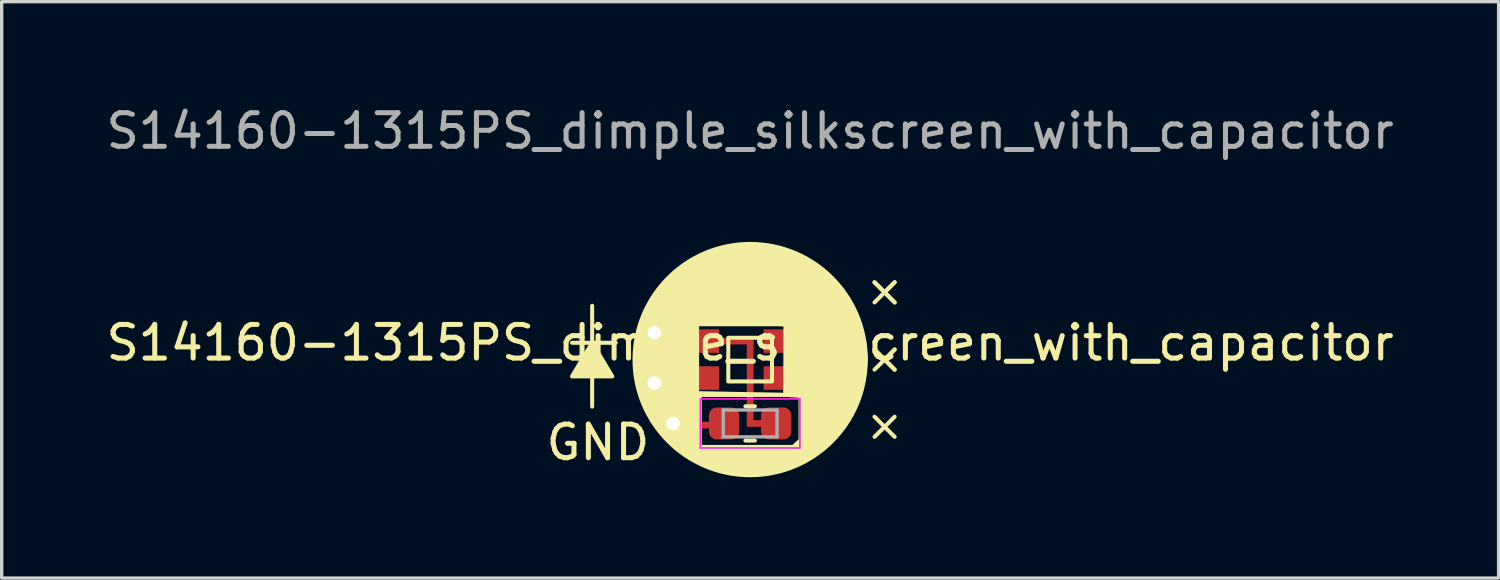
<source format=kicad_pcb>
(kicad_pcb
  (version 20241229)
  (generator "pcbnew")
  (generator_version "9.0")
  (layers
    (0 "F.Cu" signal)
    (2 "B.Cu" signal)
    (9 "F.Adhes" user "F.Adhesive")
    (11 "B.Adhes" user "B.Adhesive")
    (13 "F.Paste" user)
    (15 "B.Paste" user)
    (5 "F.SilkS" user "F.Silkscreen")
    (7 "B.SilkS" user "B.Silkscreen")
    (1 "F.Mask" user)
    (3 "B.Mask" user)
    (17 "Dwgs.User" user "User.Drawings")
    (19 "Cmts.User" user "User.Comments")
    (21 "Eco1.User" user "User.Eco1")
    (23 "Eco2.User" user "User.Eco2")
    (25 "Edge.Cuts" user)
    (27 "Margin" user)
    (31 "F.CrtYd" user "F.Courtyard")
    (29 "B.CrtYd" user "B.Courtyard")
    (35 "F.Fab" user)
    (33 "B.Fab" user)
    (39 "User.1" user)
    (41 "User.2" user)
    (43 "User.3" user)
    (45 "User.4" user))
  (footprint "S14160-1315PS_dimple_silkscreen_with_capacitor"
    (layer "F.Cu")
    (at 19.268 7.648)
    (property "Reference" "S14160-1315PS_dimple_silkscreen_with_capacitor" (at 0 -0.5 0) (unlocked yes) (layer "F.SilkS") (effects (font (size 1 1) (thickness 0.15))))
    (attr smd)
    (fp_line (start -5.3 -0.5) (end -4 -0.5) (stroke (width 0.12) (type solid)) (layer "F.SilkS"))
    (fp_line (start -4.7 -1.6) (end -4.7 1.4) (stroke (width 0.12) (type solid)) (layer "F.SilkS"))
    (fp_line (start -1.66 -2.62) (end -1.66 -1.15) (stroke (width 0.12) (type solid)) (layer "F.SilkS"))
    (fp_line (start -1.58 1.05) (end -1.58 -1.05) (stroke (width 0.12) (type solid)) (layer "F.SilkS"))
    (fp_line (start -1.58 1.05) (end 1.05 1.05) (stroke (width 0.12) (type solid)) (layer "F.SilkS"))
    (fp_line (start -0.141 1.39) (end 0.141 1.39) (stroke (width 0.12) (type solid)) (layer "F.SilkS"))
    (fp_line (start -0.141 2.41) (end 0.141 2.41) (stroke (width 0.12) (type solid)) (layer "F.SilkS"))
    (fp_line (start 1.05 -1.05) (end -1.58 -1.05) (stroke (width 0.12) (type solid)) (layer "F.SilkS"))
    (fp_line (start 1.05 -1.05) (end 1.05 1.05) (stroke (width 0.12) (type solid)) (layer "F.SilkS"))
    (fp_line (start 3.7 -2.3) (end 4 -2) (stroke (width 0.12) (type solid)) (layer "F.SilkS"))
    (fp_line (start 3.7 -0.3) (end 4 0) (stroke (width 0.12) (type solid)) (layer "F.SilkS"))
    (fp_line (start 4 -2) (end 3.7 -2.3) (stroke (width 0.12) (type solid)) (layer "F.SilkS"))
    (fp_line (start 4 -2) (end 3.7 -1.7) (stroke (width 0.12) (type solid)) (layer "F.SilkS"))
    (fp_line (start 4 -2) (end 4.3 -2.3) (stroke (width 0.12) (type solid)) (layer "F.SilkS"))
    (fp_line (start 4 -2) (end 4.3 -1.7) (stroke (width 0.12) (type solid)) (layer "F.SilkS"))
    (fp_line (start 4 0) (end 3.7 -0.3) (stroke (width 0.12) (type solid)) (layer "F.SilkS"))
    (fp_line (start 4 0) (end 3.7 0.3) (stroke (width 0.12) (type solid)) (layer "F.SilkS"))
    (fp_line (start 4 0) (end 4.3 -0.3) (stroke (width 0.12) (type solid)) (layer "F.SilkS"))
    (fp_line (start 4 0) (end 4.3 0.3) (stroke (width 0.12) (type solid)) (layer "F.SilkS"))
    (fp_line (start 4 2) (end 3.7 1.7) (stroke (width 0.12) (type solid)) (layer "F.SilkS"))
    (fp_line (start 4 2) (end 3.7 2.3) (stroke (width 0.12) (type solid)) (layer "F.SilkS"))
    (fp_line (start 4 2) (end 4.3 1.7) (stroke (width 0.12) (type solid)) (layer "F.SilkS"))
    (fp_line (start 4 2) (end 4.3 2.3) (stroke (width 0.12) (type solid)) (layer "F.SilkS"))
    (fp_line (start 4.3 -2.3) (end 4 -2) (stroke (width 0.12) (type solid)) (layer "F.SilkS"))
    (fp_line (start 4.3 -1.7) (end 4 -2) (stroke (width 0.12) (type solid)) (layer "F.SilkS"))
    (fp_line (start 4.3 -0.3) (end 4 0) (stroke (width 0.12) (type solid)) (layer "F.SilkS"))
    (fp_line (start 4.3 0.3) (end 4 0) (stroke (width 0.12) (type solid)) (layer "F.SilkS"))
    (fp_rect (start -0.65 -0.65) (end 0.65 0.65) (stroke (width 0.12) (type solid)) (fill no) (layer "F.SilkS"))
    (fp_circle (center 0 0) (end 3.44 0) (stroke (width 0.12) (type solid)) (fill no) (layer "F.SilkS"))
    (fp_poly (pts (xy -4.7 -0.5) (xy -5.3 0.5) (xy -4.1 0.5)) (stroke (width 0.12) (type solid)) (fill yes) (layer "F.SilkS"))
    (fp_poly (pts (xy -1.5 2.6) (xy 1.6 2.6) (xy 0.4 3.4) (xy -0.4 3.4)) (stroke (width 0.12) (type solid)) (fill yes) (layer "F.SilkS"))
    (fp_poly (pts (xy 1.05 1.05) (xy 1.8 1.1) (xy 1.7 -1.2) (xy 1.1 -2.7)) (stroke (width 0.12) (type solid)) (fill yes) (layer "F.SilkS"))
    (fp_poly (pts (xy 1.1 -3.2) (xy 1.05 -1.05) (xy -1.66 -1.15) (xy -1.58 -3) (xy -1.1 -3.2) (xy -0.4 -3.4) (xy 0.2 -3.4)) (stroke (width 0.12) (type solid)) (fill yes) (layer "F.SilkS"))
    (fp_poly (pts (xy -1.58 1.05) (xy 1.05 1.05) (xy -1.5 1) (xy -1.5 2.6) (xy -0.4 3.4) (xy -1.2 3.2) (xy -1.6 3) (xy -1.9 2.8) (xy -2.4 2.4) (xy -2.8 1.9) (xy -3.2 1.2) (xy -3.4 0.4) (xy -3.4 -0.2) (xy -3.2 -1.2) (xy -2.8 -1.9) (xy -2.3 -2.5) (xy -1.58 -3)) (stroke (width 0.12) (type solid)) (fill yes) (layer "F.SilkS"))
    (fp_poly (pts (xy 1.6 -3) (xy 2.1 -2.7) (xy 2.5 -2.3) (xy 2.9 -1.8) (xy 3.1 -1.4) (xy 3.2 -1.2) (xy 3.4 -0.5) (xy 3.44 0) (xy 3.375 0.6) (xy 3.2 1.2) (xy 2.8 1.9) (xy 2.2 2.6) (xy 1.6 3) (xy 1.2 3.2) (xy 0.4 3.4) (xy 1.5 2.4) (xy 1.5 1) (xy 1.1 -3.2)) (stroke (width 0.12) (type solid)) (fill yes) (layer "F.SilkS"))
    (fp_line (start -1.48 1.17) (end 1.48 1.17) (stroke (width 0.05) (type solid)) (layer "F.CrtYd"))
    (fp_line (start -1.48 2.63) (end -1.48 1.17) (stroke (width 0.05) (type solid)) (layer "F.CrtYd"))
    (fp_line (start 1.48 1.17) (end 1.48 2.63) (stroke (width 0.05) (type solid)) (layer "F.CrtYd"))
    (fp_line (start 1.48 2.63) (end -1.48 2.63) (stroke (width 0.05) (type solid)) (layer "F.CrtYd"))
    (fp_line (start -0.8 1.5) (end 0.8 1.5) (stroke (width 0.1) (type solid)) (layer "F.Fab"))
    (fp_line (start -0.8 2.3) (end -0.8 1.5) (stroke (width 0.1) (type solid)) (layer "F.Fab"))
    (fp_line (start 0.8 1.5) (end 0.8 2.3) (stroke (width 0.1) (type solid)) (layer "F.Fab"))
    (fp_line (start 0.8 2.3) (end -0.8 2.3) (stroke (width 0.1) (type solid)) (layer "F.Fab"))
    (fp_text user "GND" (at -6.15 3.05 0) (unlocked yes) (layer "F.SilkS") (effects (font (size 1 1) (thickness 0.15)) (justify left bottom)))
    (fp_text user "${REFERENCE}" (at 0 -6.8 0) (unlocked yes) (layer "F.Fab") (effects (font (size 1 1) (thickness 0.15))))
    (pad "1" smd rect (at 0.752 -0.55) (size 0.7 0.7) (layers "F.Cu" "F.Mask" "F.Paste"))
    (pad "4" smd rect (at 0.752 0.55) (size 0.7 0.7) (layers "F.Cu" "F.Mask" "F.Paste"))
    (pad "7" thru_hole circle (at -2.85 -0.8) (size 0.8 0.8) (drill 0.4) (layers "*.Cu"))
    (pad "7" smd rect (at -2.05 -0.75) (size 1.1 0.2) (layers "F.Cu"))
    (pad "7" smd rect (at -1.272 -0.55) (size 0.7 0.7) (layers "F.Cu" "F.Mask" "F.Paste"))
    (pad "7" smd rect (at -0.5 -0.55) (size 1.2 0.2) (layers "F.Cu"))
    (pad "7" smd rect (at 0 0.6) (size 0.2 2.5) (layers "F.Cu"))
    (pad "7" smd rect (at 0.325 1.9) (size 0.85 0.2) (layers "F.Cu"))
    (pad "7" smd roundrect (at 0.775 1.9) (size 0.9 0.95) (layers "F.Cu" "F.Mask" "F.Paste") (roundrect_rratio 0.25))
    (pad "8" thru_hole circle (at -2.85 0.7) (size 0.8 0.8) (drill 0.4) (layers "*.Cu"))
    (pad "8" smd rect (at -2.05 0.65) (size 1.1 0.2) (layers "F.Cu"))
    (pad "8" smd rect (at -1.272 0.55) (size 0.7 0.7) (layers "F.Cu" "F.Mask" "F.Paste"))
    (pad "9" thru_hole circle (at -2.3 1.9) (size 0.8 0.8) (drill 0.4) (layers "*.Cu"))
    (pad "9" smd rect (at -1.55 1.95) (size 1.05 0.2) (layers "F.Cu"))
    (pad "9" smd roundrect (at -0.775 1.9) (size 0.9 0.95) (layers "F.Cu" "F.Mask" "F.Paste") (roundrect_rratio 0.25)))
  (gr_rect
    (start -3 -3)
    (end 41.536 14.148)
    (stroke (width 0.1) (type default))
    (fill no)
    (layer "Edge.Cuts")))
</source>
